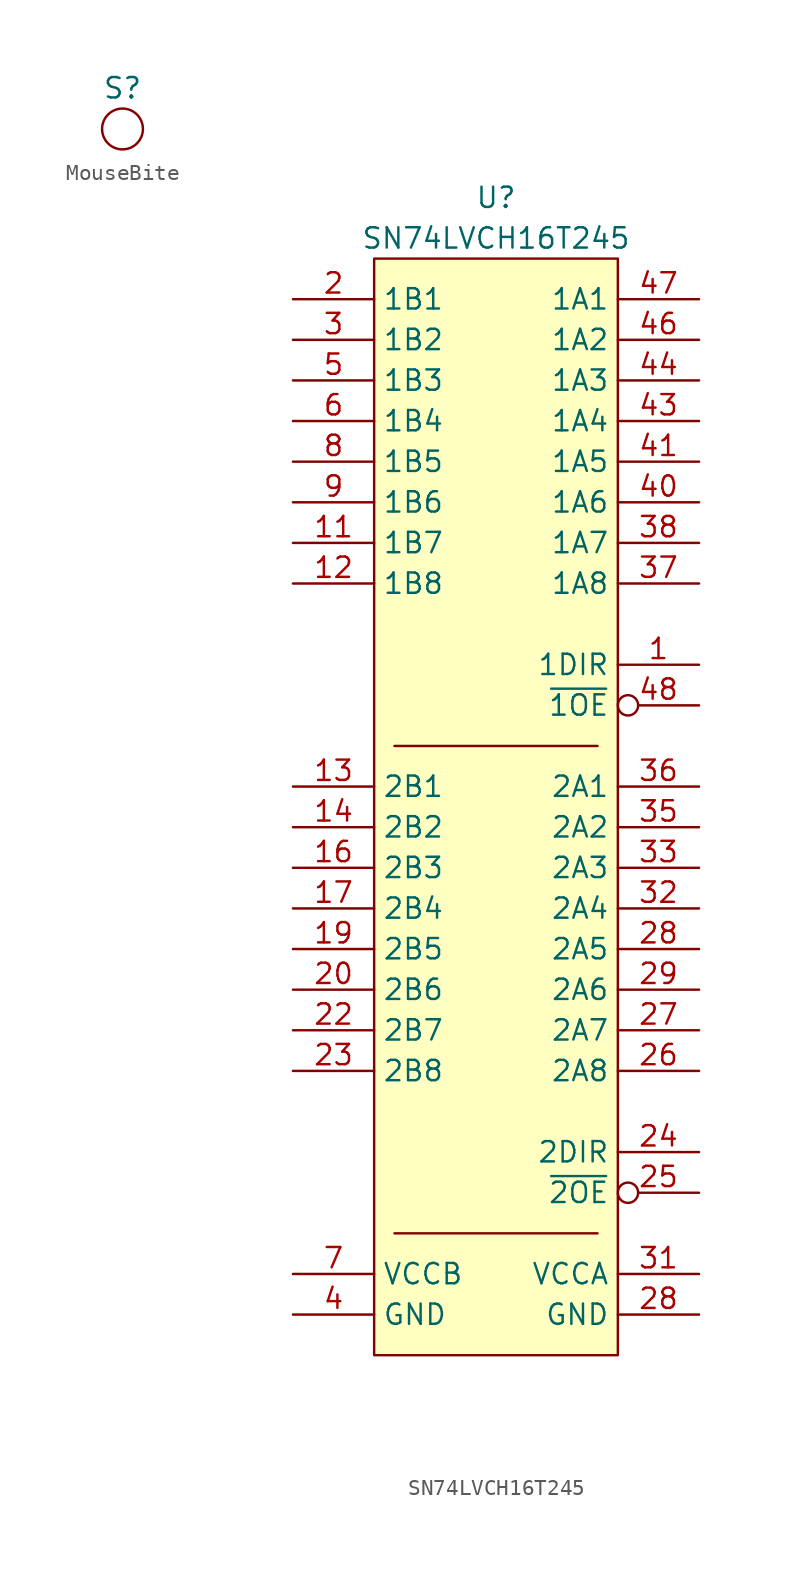
<source format=kicad_sym>
(kicad_symbol_lib
  (version 20220914)
  (generator kicad_symbol_editor)
  (symbol "MouseBite"
    (property "Reference" "S"
      (at 0 2.54 0)
      (effects (font (size 1.27 1.27))))
    (property "Value" ""
      (at 0 0 0)
      (effects (font (size 1.27 1.27))))
    (symbol "MouseBite_0_1"
      (circle (center 0 0) (radius 1.27) (stroke (width 0) (type default)) (fill (type none)))))
  (symbol "SN74LVCH16T245"
    (property "Reference" "U"
      (at 0 3.81 0)
      (do_not_autoplace)
      (effects (font (size 1.27 1.27))))
    (property "Value" "SN74LVCH16T245"
      (at 0 1.27 0)
      (do_not_autoplace)
      (effects (font (size 1.27 1.27))))
    (symbol "SN74LVCH16T245_0_0"
      (pin input line (at 12.7 -25.4 180) (length 5.08) (name "1DIR" (effects (font (size 1.27 1.27)))) (number "1" (effects (font (size 1.27 1.27)))))
      (pin bidirectional line (at -12.7 -17.78 0) (length 5.08) (name "1B7" (effects (font (size 1.27 1.27)))) (number "11" (effects (font (size 1.27 1.27)))))
      (pin bidirectional line (at -12.7 -20.32 0) (length 5.08) (name "1B8" (effects (font (size 1.27 1.27)))) (number "12" (effects (font (size 1.27 1.27)))))
      (pin bidirectional line (at -12.7 -33.02 0) (length 5.08) (name "2B1" (effects (font (size 1.27 1.27)))) (number "13" (effects (font (size 1.27 1.27)))))
      (pin bidirectional line (at -12.7 -35.56 0) (length 5.08) (name "2B2" (effects (font (size 1.27 1.27)))) (number "14" (effects (font (size 1.27 1.27)))))
      (pin bidirectional line (at -12.7 -38.1 0) (length 5.08) (name "2B3" (effects (font (size 1.27 1.27)))) (number "16" (effects (font (size 1.27 1.27)))))
      (pin bidirectional line (at -12.7 -40.64 0) (length 5.08) (name "2B4" (effects (font (size 1.27 1.27)))) (number "17" (effects (font (size 1.27 1.27)))))
      (pin bidirectional line (at -12.7 -43.18 0) (length 5.08) (name "2B5" (effects (font (size 1.27 1.27)))) (number "19" (effects (font (size 1.27 1.27)))))
      (pin bidirectional line (at -12.7 -2.54 0) (length 5.08) (name "1B1" (effects (font (size 1.27 1.27)))) (number "2" (effects (font (size 1.27 1.27)))))
      (pin bidirectional line (at -12.7 -45.72 0) (length 5.08) (name "2B6" (effects (font (size 1.27 1.27)))) (number "20" (effects (font (size 1.27 1.27)))))
      (pin bidirectional line (at -12.7 -48.26 0) (length 5.08) (name "2B7" (effects (font (size 1.27 1.27)))) (number "22" (effects (font (size 1.27 1.27)))))
      (pin bidirectional line (at -12.7 -50.8 0) (length 5.08) (name "2B8" (effects (font (size 1.27 1.27)))) (number "23" (effects (font (size 1.27 1.27)))))
      (pin input line (at 12.7 -55.88 180) (length 5.08) (name "2DIR" (effects (font (size 1.27 1.27)))) (number "24" (effects (font (size 1.27 1.27)))))
      (pin input inverted (at 12.7 -58.42 180) (length 5.08) (name "~{2OE}" (effects (font (size 1.27 1.27)))) (number "25" (effects (font (size 1.27 1.27)))))
      (pin bidirectional line (at 12.7 -50.8 180) (length 5.08) (name "2A8" (effects (font (size 1.27 1.27)))) (number "26" (effects (font (size 1.27 1.27)))))
      (pin bidirectional line (at 12.7 -48.26 180) (length 5.08) (name "2A7" (effects (font (size 1.27 1.27)))) (number "27" (effects (font (size 1.27 1.27)))))
      (pin bidirectional line (at 12.7 -43.18 180) (length 5.08) (name "2A5" (effects (font (size 1.27 1.27)))) (number "28" (effects (font (size 1.27 1.27)))))
      (pin power_in line (at 12.7 -66.04 180) (length 5.08) (name "GND" (effects (font (size 1.27 1.27)))) (number "28" (effects (font (size 1.27 1.27)))))
      (pin bidirectional line (at 12.7 -45.72 180) (length 5.08) (name "2A6" (effects (font (size 1.27 1.27)))) (number "29" (effects (font (size 1.27 1.27)))))
      (pin bidirectional line (at -12.7 -5.08 0) (length 5.08) (name "1B2" (effects (font (size 1.27 1.27)))) (number "3" (effects (font (size 1.27 1.27)))))
      (pin power_in line (at 12.7 -63.5 180) (length 5.08) (name "VCCA" (effects (font (size 1.27 1.27)))) (number "31" (effects (font (size 1.27 1.27)))))
      (pin bidirectional line (at 12.7 -40.64 180) (length 5.08) (name "2A4" (effects (font (size 1.27 1.27)))) (number "32" (effects (font (size 1.27 1.27)))))
      (pin bidirectional line (at 12.7 -38.1 180) (length 5.08) (name "2A3" (effects (font (size 1.27 1.27)))) (number "33" (effects (font (size 1.27 1.27)))))
      (pin bidirectional line (at 12.7 -35.56 180) (length 5.08) (name "2A2" (effects (font (size 1.27 1.27)))) (number "35" (effects (font (size 1.27 1.27)))))
      (pin bidirectional line (at 12.7 -33.02 180) (length 5.08) (name "2A1" (effects (font (size 1.27 1.27)))) (number "36" (effects (font (size 1.27 1.27)))))
      (pin bidirectional line (at 12.7 -20.32 180) (length 5.08) (name "1A8" (effects (font (size 1.27 1.27)))) (number "37" (effects (font (size 1.27 1.27)))))
      (pin bidirectional line (at 12.7 -17.78 180) (length 5.08) (name "1A7" (effects (font (size 1.27 1.27)))) (number "38" (effects (font (size 1.27 1.27)))))
      (pin power_in line (at -12.7 -66.04 0) (length 5.08) (name "GND" (effects (font (size 1.27 1.27)))) (number "4" (effects (font (size 1.27 1.27)))))
      (pin bidirectional line (at 12.7 -15.24 180) (length 5.08) (name "1A6" (effects (font (size 1.27 1.27)))) (number "40" (effects (font (size 1.27 1.27)))))
      (pin bidirectional line (at 12.7 -12.7 180) (length 5.08) (name "1A5" (effects (font (size 1.27 1.27)))) (number "41" (effects (font (size 1.27 1.27)))))
      (pin bidirectional line (at 12.7 -10.16 180) (length 5.08) (name "1A4" (effects (font (size 1.27 1.27)))) (number "43" (effects (font (size 1.27 1.27)))))
      (pin bidirectional line (at 12.7 -7.62 180) (length 5.08) (name "1A3" (effects (font (size 1.27 1.27)))) (number "44" (effects (font (size 1.27 1.27)))))
      (pin bidirectional line (at 12.7 -5.08 180) (length 5.08) (name "1A2" (effects (font (size 1.27 1.27)))) (number "46" (effects (font (size 1.27 1.27)))))
      (pin bidirectional line (at 12.7 -2.54 180) (length 5.08) (name "1A1" (effects (font (size 1.27 1.27)))) (number "47" (effects (font (size 1.27 1.27)))))
      (pin input inverted (at 12.7 -27.94 180) (length 5.08) (name "~{1OE}" (effects (font (size 1.27 1.27)))) (number "48" (effects (font (size 1.27 1.27)))))
      (pin bidirectional line (at -12.7 -7.62 0) (length 5.08) (name "1B3" (effects (font (size 1.27 1.27)))) (number "5" (effects (font (size 1.27 1.27)))))
      (pin bidirectional line (at -12.7 -10.16 0) (length 5.08) (name "1B4" (effects (font (size 1.27 1.27)))) (number "6" (effects (font (size 1.27 1.27)))))
      (pin power_in line (at -12.7 -63.5 0) (length 5.08) (name "VCCB" (effects (font (size 1.27 1.27)))) (number "7" (effects (font (size 1.27 1.27)))))
      (pin bidirectional line (at -12.7 -12.7 0) (length 5.08) (name "1B5" (effects (font (size 1.27 1.27)))) (number "8" (effects (font (size 1.27 1.27)))))
      (pin bidirectional line (at -12.7 -15.24 0) (length 5.08) (name "1B6" (effects (font (size 1.27 1.27)))) (number "9" (effects (font (size 1.27 1.27))))))
    (symbol "SN74LVCH16T245_0_1"
      (polyline (pts (xy 6.35 -60.96) (xy -6.35 -60.96)) (stroke (width 0) (type default)) (fill (type none)))
      (polyline (pts (xy 6.35 -30.48) (xy -6.35 -30.48)) (stroke (width 0) (type default)) (fill (type none))))
    (symbol "SN74LVCH16T245_1_0"
      (pin power_in line (at -12.7 -66.04 0) (length 5.08) hide (name "GND" (effects (font (size 1.27 1.27)))) (number "10" (effects (font (size 1.27 1.27)))))
      (pin power_in line (at -12.7 -66.04 0) (length 5.08) hide (name "GND" (effects (font (size 1.27 1.27)))) (number "15" (effects (font (size 1.27 1.27)))))
      (pin power_in line (at -12.7 -63.5 0) (length 5.08) hide (name "VCCB" (effects (font (size 1.27 1.27)))) (number "18" (effects (font (size 1.27 1.27)))))
      (pin power_in line (at -12.7 -66.04 0) (length 5.08) hide (name "GND" (effects (font (size 1.27 1.27)))) (number "21" (effects (font (size 1.27 1.27)))))
      (pin power_in line (at 12.7 -66.04 180) (length 5.08) hide (name "GND" (effects (font (size 1.27 1.27)))) (number "34" (effects (font (size 1.27 1.27)))))
      (pin power_in line (at 12.7 -66.04 180) (length 5.08) hide (name "GND" (effects (font (size 1.27 1.27)))) (number "39" (effects (font (size 1.27 1.27)))))
      (pin power_in line (at 12.7 -63.5 180) (length 5.08) hide (name "VCCA" (effects (font (size 1.27 1.27)))) (number "42" (effects (font (size 1.27 1.27)))))
      (pin power_in line (at 12.7 -66.04 180) (length 5.08) hide (name "GND" (effects (font (size 1.27 1.27)))) (number "45" (effects (font (size 1.27 1.27))))))
    (symbol "SN74LVCH16T245_1_1"
      (rectangle (start -7.62 0) (end 7.62 -68.58) (stroke (width 0) (type default)) (fill (type background))))))
</source>
